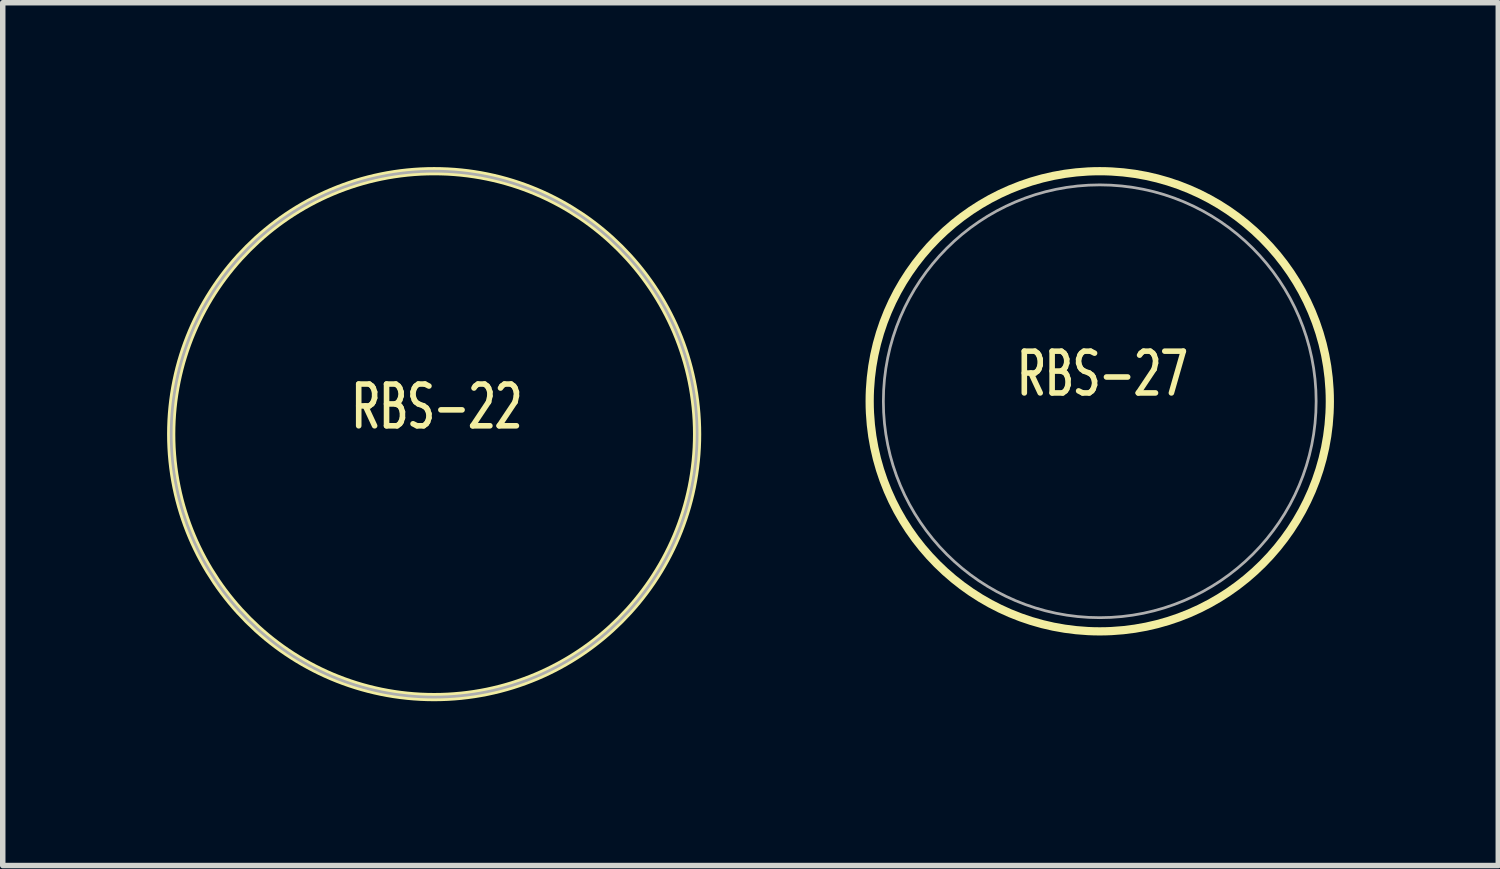
<source format=kicad_pcb>
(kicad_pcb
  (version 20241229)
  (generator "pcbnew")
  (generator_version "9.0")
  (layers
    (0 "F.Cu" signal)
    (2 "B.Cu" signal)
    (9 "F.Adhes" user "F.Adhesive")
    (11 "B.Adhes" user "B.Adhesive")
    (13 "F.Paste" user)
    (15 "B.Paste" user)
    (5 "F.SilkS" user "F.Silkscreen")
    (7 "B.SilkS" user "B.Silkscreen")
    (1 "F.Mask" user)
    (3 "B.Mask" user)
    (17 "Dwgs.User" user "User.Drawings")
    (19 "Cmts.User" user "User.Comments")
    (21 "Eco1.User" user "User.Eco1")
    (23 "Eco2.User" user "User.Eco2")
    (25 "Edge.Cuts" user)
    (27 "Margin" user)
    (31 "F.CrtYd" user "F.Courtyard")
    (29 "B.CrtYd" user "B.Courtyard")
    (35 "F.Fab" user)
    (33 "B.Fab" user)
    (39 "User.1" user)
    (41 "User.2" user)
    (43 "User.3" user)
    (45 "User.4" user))
  (footprint "RBS-27"
    (layer "F.Cu")
    (at 17.025 4.275)
    (property "Reference" "RBS-27" (at 0.05 -0.5 0) (layer "F.SilkS") (effects (font (size 0.762 0.508) (thickness 0.102))))
    (attr through_hole)
    (fp_circle (center 0 0) (end 4.2 0) (stroke (width 0.15) (type solid)) (fill no) (layer "F.SilkS"))
    (fp_circle (center 0 0) (end 3.95 0) (stroke (width 0.05) (type solid)) (fill no) (layer "F.Fab")))
  (footprint "RBS-22"
    (layer "F.Cu")
    (at 4.875 4.875)
    (property "Reference" "RBS-22" (at 0.05 -0.5 0) (layer "F.SilkS") (effects (font (size 0.762 0.508) (thickness 0.102))))
    (attr through_hole)
    (fp_circle (center 0 0) (end 4.8 0) (stroke (width 0.15) (type solid)) (fill no) (layer "F.SilkS"))
    (fp_circle (center 0 0) (end 4.8 0) (stroke (width 0.05) (type solid)) (fill no) (layer "F.Fab")))
  (gr_rect
    (start -3 -3)
    (end 24.3 12.75)
    (stroke (width 0.1) (type default))
    (fill no)
    (layer "Edge.Cuts")))
</source>
